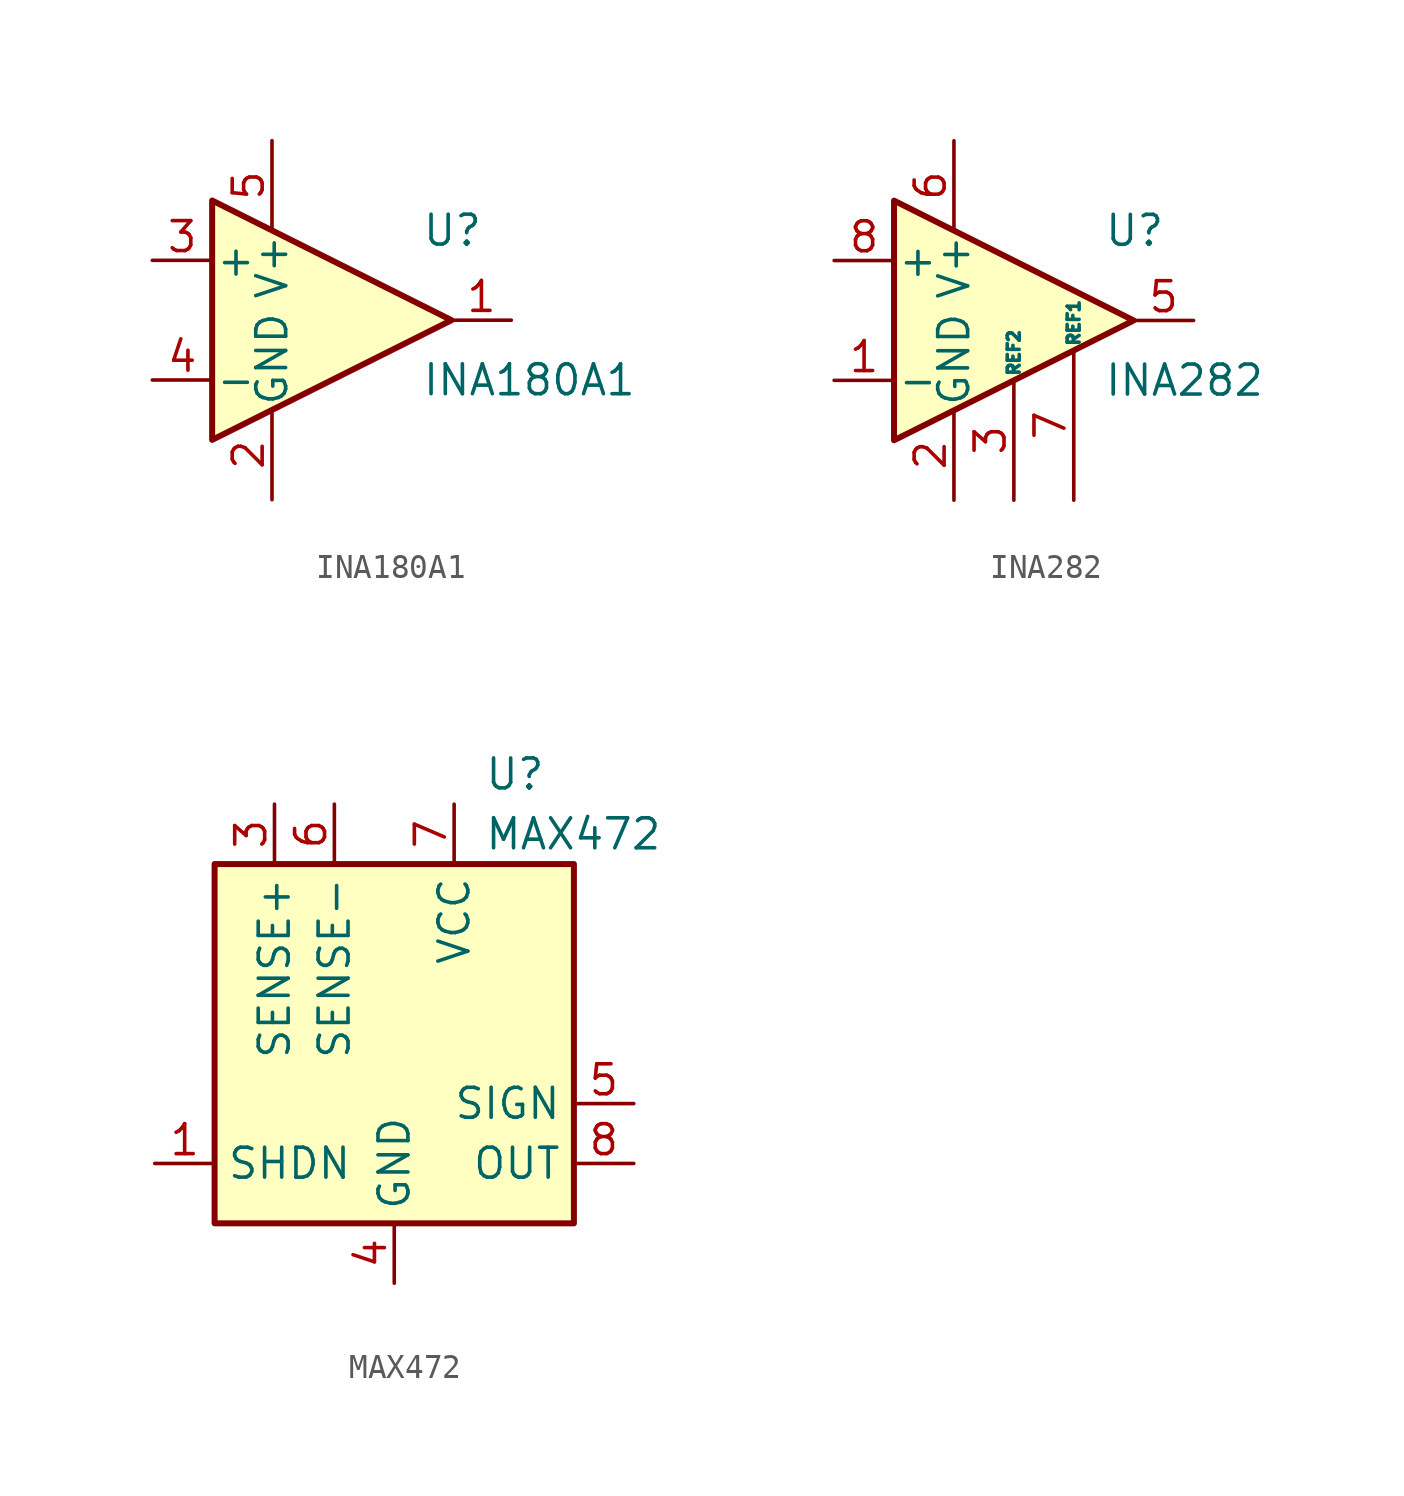
<source format=kicad_sym>
(kicad_symbol_lib
  (version 20211014)
  (generator kicad_symbol_editor)
  (symbol "INA180A1"
    (pin_names
      (offset 0.127))
    (property "Reference" "U"
      (at 3.81 3.81 0)
      (effects (font (size 1.27 1.27)) (justify left)))
    (property "Value" "INA180A1"
      (at 3.81 -2.54 0)
      (effects (font (size 1.27 1.27)) (justify left)))
    (symbol "INA180A1_0_1"
      (polyline (pts (xy 5.08 0) (xy -5.08 5.08) (xy -5.08 -5.08) (xy 5.08 0)) (stroke (width 0.254) (type default) (color 0 0 0 0)) (fill (type background))))
    (symbol "INA180A1_1_1"
      (pin output line (at 7.62 0 180) (length 2.54) (name "~" (effects (font (size 1.27 1.27)))) (number "1" (effects (font (size 1.27 1.27)))))
      (pin power_in line (at -2.54 -7.62 90) (length 3.81) (name "GND" (effects (font (size 1.27 1.27)))) (number "2" (effects (font (size 1.27 1.27)))))
      (pin input line (at -7.62 2.54 0) (length 2.54) (name "+" (effects (font (size 1.27 1.27)))) (number "3" (effects (font (size 1.27 1.27)))))
      (pin input line (at -7.62 -2.54 0) (length 2.54) (name "-" (effects (font (size 1.27 1.27)))) (number "4" (effects (font (size 1.27 1.27)))))
      (pin power_in line (at -2.54 7.62 270) (length 3.81) (name "V+" (effects (font (size 1.27 1.27)))) (number "5" (effects (font (size 1.27 1.27)))))))
  (symbol "INA282"
    (pin_names
      (offset 0.127))
    (property "Reference" "U"
      (at 3.81 3.81 0)
      (effects (font (size 1.27 1.27)) (justify left)))
    (property "Value" "INA282"
      (at 3.81 -2.54 0)
      (effects (font (size 1.27 1.27)) (justify left)))
    (symbol "INA282_0_1"
      (polyline (pts (xy 5.08 0) (xy -5.08 5.08) (xy -5.08 -5.08) (xy 5.08 0)) (stroke (width 0.254) (type default) (color 0 0 0 0)) (fill (type background))))
    (symbol "INA282_1_1"
      (pin input line (at -7.62 -2.54 0) (length 2.54) (name "-" (effects (font (size 1.27 1.27)))) (number "1" (effects (font (size 1.27 1.27)))))
      (pin power_in line (at -2.54 -7.62 90) (length 3.81) (name "GND" (effects (font (size 1.27 1.27)))) (number "2" (effects (font (size 1.27 1.27)))))
      (pin input line (at 0 -7.62 90) (length 5.08) (name "REF2" (effects (font (size 0.508 0.508)))) (number "3" (effects (font (size 1.27 1.27)))))
      (pin no_connect line (at -5.08 0 0) (length 2.54) hide (name "NC" (effects (font (size 1.27 1.27)))) (number "4" (effects (font (size 1.27 1.27)))))
      (pin output line (at 7.62 0 180) (length 2.54) (name "~" (effects (font (size 1.27 1.27)))) (number "5" (effects (font (size 1.27 1.27)))))
      (pin input line (at -2.54 7.62 270) (length 3.81) (name "V+" (effects (font (size 1.27 1.27)))) (number "6" (effects (font (size 1.27 1.27)))))
      (pin input line (at 2.54 -7.62 90) (length 6.35) (name "REF1" (effects (font (size 0.508 0.508)))) (number "7" (effects (font (size 1.27 1.27)))))
      (pin input line (at -7.62 2.54 0) (length 2.54) (name "+" (effects (font (size 1.27 1.27)))) (number "8" (effects (font (size 1.27 1.27)))))))
  (symbol "MAX472"
    (property "Reference" "U"
      (at 3.81 11.43 0)
      (effects (font (size 1.27 1.27)) (justify left)))
    (property "Value" "MAX472"
      (at 3.81 8.89 0)
      (effects (font (size 1.27 1.27)) (justify left)))
    (symbol "MAX472_0_1"
      (rectangle (start -7.62 7.62) (end 7.62 -7.62) (stroke (width 0.254) (type default) (color 0 0 0 0)) (fill (type background))))
    (symbol "MAX472_1_1"
      (pin input line (at -10.16 -5.08 0) (length 2.54) (name "SHDN" (effects (font (size 1.27 1.27)))) (number "1" (effects (font (size 1.27 1.27)))))
      (pin no_connect line (at 7.62 2.54 180) (length 2.54) hide (name "NC" (effects (font (size 1.27 1.27)))) (number "2" (effects (font (size 1.27 1.27)))))
      (pin input line (at -5.08 10.16 270) (length 2.54) (name "SENSE+" (effects (font (size 1.27 1.27)))) (number "3" (effects (font (size 1.27 1.27)))))
      (pin power_in line (at 0 -10.16 90) (length 2.54) (name "GND" (effects (font (size 1.27 1.27)))) (number "4" (effects (font (size 1.27 1.27)))))
      (pin open_collector line (at 10.16 -2.54 180) (length 2.54) (name "SIGN" (effects (font (size 1.27 1.27)))) (number "5" (effects (font (size 1.27 1.27)))))
      (pin input line (at -2.54 10.16 270) (length 2.54) (name "SENSE-" (effects (font (size 1.27 1.27)))) (number "6" (effects (font (size 1.27 1.27)))))
      (pin power_in line (at 2.54 10.16 270) (length 2.54) (name "VCC" (effects (font (size 1.27 1.27)))) (number "7" (effects (font (size 1.27 1.27)))))
      (pin output line (at 10.16 -5.08 180) (length 2.54) (name "OUT" (effects (font (size 1.27 1.27)))) (number "8" (effects (font (size 1.27 1.27))))))))
</source>
